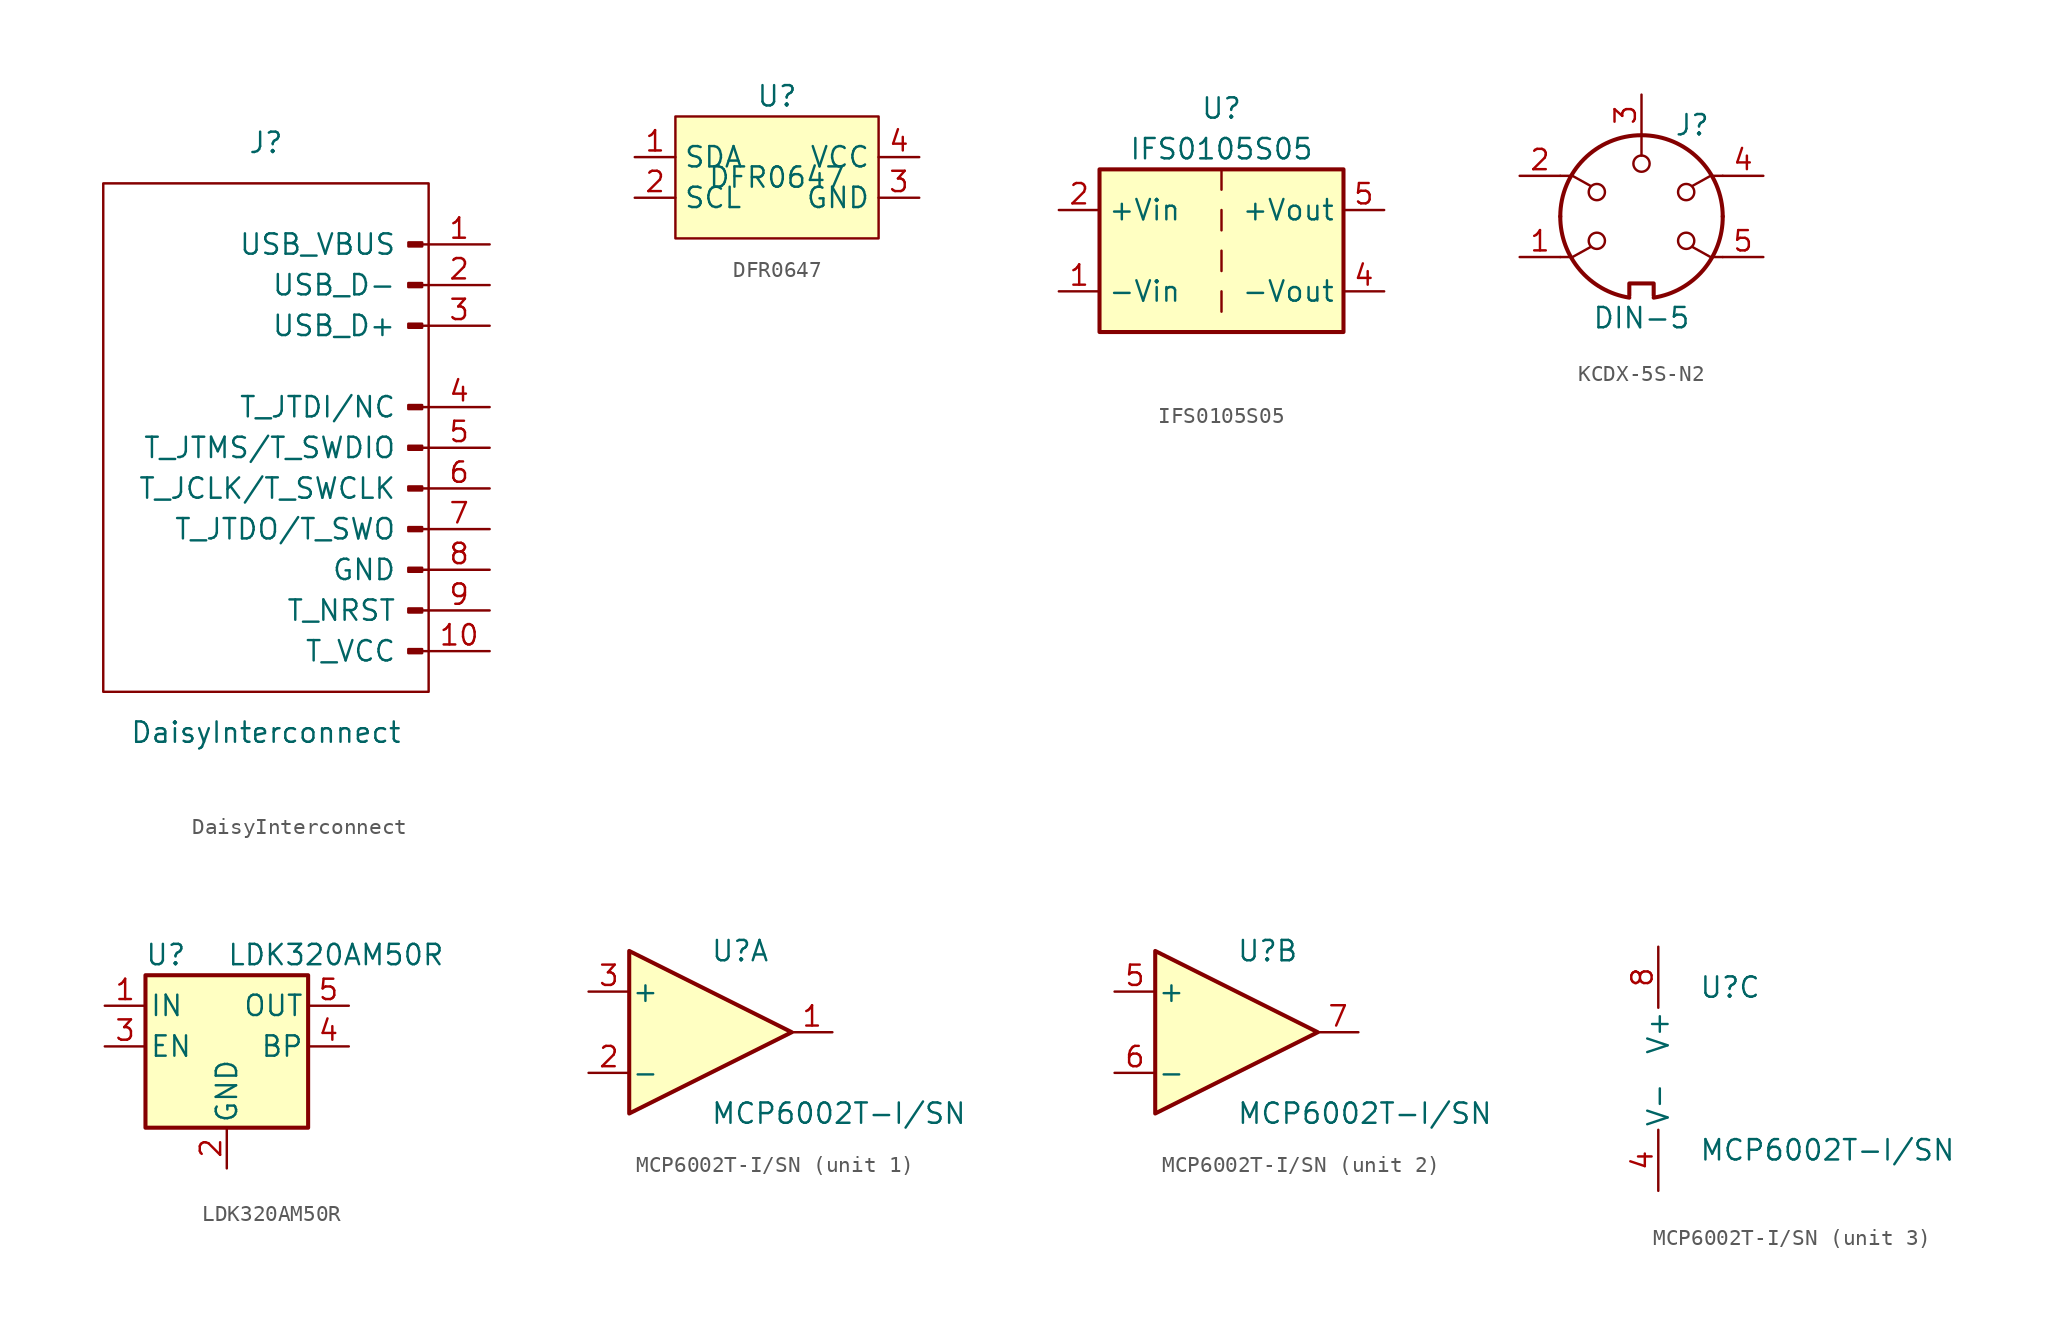
<source format=kicad_sym>
(kicad_symbol_lib
  (version 20220914)
  (generator kicad_symbol_editor)
  (symbol "DaisyInterconnect"
    (pin_names
      (offset 2))
    (property "Reference" "J"
      (at 0 19.05 0)
      (effects (font (size 1.27 1.27))))
    (property "Value" "DaisyInterconnect"
      (at 0 -17.78 0)
      (effects (font (size 1.27 1.27))))
    (symbol "DaisyInterconnect_0_1"
      (rectangle (start -10.16 16.51) (end 10.16 -15.24) (stroke (width 0) (type default)) (fill (type none))))
    (symbol "DaisyInterconnect_1_1"
      (polyline (pts (xy 10.16 -12.7) (xy 9.754 -12.7)) (stroke (width 0.152) (type default)) (fill (type none)))
      (polyline (pts (xy 10.16 -10.16) (xy 9.754 -10.16)) (stroke (width 0.152) (type default)) (fill (type none)))
      (polyline (pts (xy 10.16 -7.62) (xy 9.754 -7.62)) (stroke (width 0.152) (type default)) (fill (type none)))
      (polyline (pts (xy 10.16 -5.08) (xy 9.754 -5.08)) (stroke (width 0.152) (type default)) (fill (type none)))
      (polyline (pts (xy 10.16 -2.54) (xy 9.754 -2.54)) (stroke (width 0.152) (type default)) (fill (type none)))
      (polyline (pts (xy 10.16 0) (xy 9.754 0)) (stroke (width 0.152) (type default)) (fill (type none)))
      (polyline (pts (xy 10.16 2.54) (xy 9.754 2.54)) (stroke (width 0.152) (type default)) (fill (type none)))
      (polyline (pts (xy 10.16 7.62) (xy 9.754 7.62)) (stroke (width 0.152) (type default)) (fill (type none)))
      (polyline (pts (xy 10.16 10.16) (xy 9.754 10.16)) (stroke (width 0.152) (type default)) (fill (type none)))
      (polyline (pts (xy 10.16 12.7) (xy 9.754 12.7)) (stroke (width 0.152) (type default)) (fill (type none)))
      (rectangle (start 8.89 -12.573) (end 9.754 -12.827) (stroke (width 0.152) (type default)) (fill (type outline)))
      (rectangle (start 8.89 10.287) (end 9.754 10.033) (stroke (width 0.152) (type default)) (fill (type outline)))
      (rectangle (start 8.895 12.827) (end 9.759 12.573) (stroke (width 0.152) (type default)) (fill (type outline)))
      (rectangle (start 9.754 -10.033) (end 8.89 -10.287) (stroke (width 0.152) (type default)) (fill (type outline)))
      (rectangle (start 9.754 -7.493) (end 8.89 -7.747) (stroke (width 0.152) (type default)) (fill (type outline)))
      (rectangle (start 9.754 -4.953) (end 8.89 -5.207) (stroke (width 0.152) (type default)) (fill (type outline)))
      (rectangle (start 9.754 -2.413) (end 8.89 -2.667) (stroke (width 0.152) (type default)) (fill (type outline)))
      (rectangle (start 9.754 0.127) (end 8.89 -0.127) (stroke (width 0.152) (type default)) (fill (type outline)))
      (rectangle (start 9.754 2.667) (end 8.89 2.413) (stroke (width 0.152) (type default)) (fill (type outline)))
      (rectangle (start 9.754 7.747) (end 8.89 7.493) (stroke (width 0.152) (type default)) (fill (type outline)))
      (pin power_in line (at 13.97 12.7 180) (length 3.81) (name "USB_VBUS" (effects (font (size 1.27 1.27)))) (number "1" (effects (font (size 1.27 1.27)))))
      (pin power_out line (at 13.97 -12.7 180) (length 3.81) (name "T_VCC" (effects (font (size 1.27 1.27)))) (number "10" (effects (font (size 1.27 1.27)))))
      (pin bidirectional line (at 13.97 10.16 180) (length 3.81) (name "USB_D-" (effects (font (size 1.27 1.27)))) (number "2" (effects (font (size 1.27 1.27)))))
      (pin bidirectional line (at 13.97 7.62 180) (length 3.81) (name "USB_D+" (effects (font (size 1.27 1.27)))) (number "3" (effects (font (size 1.27 1.27)))))
      (pin passive line (at 13.97 2.54 180) (length 3.81) (name "T_JTDI/NC" (effects (font (size 1.27 1.27)))) (number "4" (effects (font (size 1.27 1.27)))))
      (pin passive line (at 13.97 0 180) (length 3.81) (name "T_JTMS/T_SWDIO" (effects (font (size 1.27 1.27)))) (number "5" (effects (font (size 1.27 1.27)))))
      (pin passive line (at 13.97 -2.54 180) (length 3.81) (name "T_JCLK/T_SWCLK" (effects (font (size 1.27 1.27)))) (number "6" (effects (font (size 1.27 1.27)))))
      (pin passive line (at 13.97 -5.08 180) (length 3.81) (name "T_JTDO/T_SWO" (effects (font (size 1.27 1.27)))) (number "7" (effects (font (size 1.27 1.27)))))
      (pin passive line (at 13.97 -7.62 180) (length 3.81) (name "GND" (effects (font (size 1.27 1.27)))) (number "8" (effects (font (size 1.27 1.27)))))
      (pin passive line (at 13.97 -10.16 180) (length 3.81) (name "T_NRST" (effects (font (size 1.27 1.27)))) (number "9" (effects (font (size 1.27 1.27)))))))
  (symbol "DFR0647"
    (property "Reference" "U"
      (at 0 5.08 0)
      (effects (font (size 1.27 1.27))))
    (property "Value" "DFR0647"
      (at 0 0 0)
      (effects (font (size 1.27 1.27))))
    (symbol "DFR0647_0_0"
      (pin bidirectional line (at -8.89 1.27 0) (length 2.54) (name "SDA" (effects (font (size 1.27 1.27)))) (number "1" (effects (font (size 1.27 1.27)))))
      (pin input line (at -8.89 -1.27 0) (length 2.54) (name "SCL" (effects (font (size 1.27 1.27)))) (number "2" (effects (font (size 1.27 1.27)))))
      (pin power_in line (at 8.89 -1.27 180) (length 2.54) (name "GND" (effects (font (size 1.27 1.27)))) (number "3" (effects (font (size 1.27 1.27)))))
      (pin power_in line (at 8.89 1.27 180) (length 2.54) (name "VCC" (effects (font (size 1.27 1.27)))) (number "4" (effects (font (size 1.27 1.27))))))
    (symbol "DFR0647_1_1"
      (rectangle (start -6.35 3.81) (end 6.35 -3.81) (stroke (width 0) (type default)) (fill (type background)))))
  (symbol "IFS0105S05"
    (property "Reference" "U"
      (at 0 8.89 0)
      (effects (font (size 1.27 1.27))))
    (property "Value" "IFS0105S05"
      (at 0 6.35 0)
      (effects (font (size 1.27 1.27))))
    (symbol "IFS0105S05_0_0"
      (pin power_out line (at 10.16 2.54 180) (length 2.54) (name "+Vout" (effects (font (size 1.27 1.27)))) (number "5" (effects (font (size 1.27 1.27))))))
    (symbol "IFS0105S05_0_1"
      (rectangle (start -7.62 5.08) (end 7.62 -5.08) (stroke (width 0.254) (type default)) (fill (type background)))
      (polyline (pts (xy 0 -2.54) (xy 0 -3.81)) (stroke (width 0) (type default)) (fill (type none)))
      (polyline (pts (xy 0 0) (xy 0 -1.27)) (stroke (width 0) (type default)) (fill (type none)))
      (polyline (pts (xy 0 2.54) (xy 0 1.27)) (stroke (width 0) (type default)) (fill (type none)))
      (polyline (pts (xy 0 5.08) (xy 0 3.81)) (stroke (width 0) (type default)) (fill (type none))))
    (symbol "IFS0105S05_1_0"
      (pin passive line (at -10.16 -2.54 0) (length 2.54) (name "-Vin" (effects (font (size 1.27 1.27)))) (number "1" (effects (font (size 1.27 1.27)))))
      (pin no_connect line (at 3.81 -7.62 90) (length 2.54) hide (name "NC" (effects (font (size 1.27 1.27)))) (number "3" (effects (font (size 1.27 1.27)))))
      (pin passive line (at 10.16 -2.54 180) (length 2.54) (name "-Vout" (effects (font (size 1.27 1.27)))) (number "4" (effects (font (size 1.27 1.27)))))
      (pin no_connect line (at -1.27 -7.62 90) (length 2.54) hide (name "NC" (effects (font (size 1.27 1.27)))) (number "6" (effects (font (size 1.27 1.27)))))
      (pin no_connect line (at -3.81 -7.62 90) (length 2.54) hide (name "NC" (effects (font (size 1.27 1.27)))) (number "7" (effects (font (size 1.27 1.27)))))
      (pin no_connect line (at 1.27 -7.62 90) (length 2.54) hide (name "NC" (effects (font (size 1.27 1.27)))) (number "8" (effects (font (size 1.27 1.27))))))
    (symbol "IFS0105S05_1_1"
      (pin power_in line (at -10.16 2.54 0) (length 2.54) (name "+Vin" (effects (font (size 1.27 1.27)))) (number "2" (effects (font (size 1.27 1.27)))))))
  (symbol "KCDX-5S-N2"
    (pin_names
      (offset 1.016))
    (property "Reference" "J"
      (at 3.175 5.715 0)
      (effects (font (size 1.27 1.27))))
    (property "Value" "DIN-5"
      (at 0 -6.35 0)
      (effects (font (size 1.27 1.27))))
    (symbol "KCDX-5S-N2_0_1"
      (arc (start -5.08 0) (mid -3.8609 -3.3364) (end -0.762 -5.08) (stroke (width 0.254) (type default)) (fill (type none)))
      (circle (center -2.794 -1.524) (radius 0.508) (stroke (width 0) (type default)) (fill (type none)))
      (circle (center -2.794 1.524) (radius 0.508) (stroke (width 0) (type default)) (fill (type none)))
      (polyline (pts (xy 0 5.08) (xy 0 3.81)) (stroke (width 0) (type default)) (fill (type none)))
      (polyline (pts (xy -5.08 -2.54) (xy -4.318 -2.54) (xy -3.175 -1.905)) (stroke (width 0) (type default)) (fill (type none)))
      (polyline (pts (xy -5.08 2.54) (xy -4.318 2.54) (xy -3.175 1.905)) (stroke (width 0) (type default)) (fill (type none)))
      (polyline (pts (xy 5.08 -2.54) (xy 4.318 -2.54) (xy 3.175 -1.905)) (stroke (width 0) (type default)) (fill (type none)))
      (polyline (pts (xy 5.08 2.54) (xy 4.318 2.54) (xy 3.175 1.905)) (stroke (width 0) (type default)) (fill (type none)))
      (polyline (pts (xy -0.762 -4.953) (xy -0.762 -4.191) (xy 0.762 -4.191) (xy 0.762 -4.953)) (stroke (width 0.254) (type default)) (fill (type none)))
      (circle (center 0 3.302) (radius 0.508) (stroke (width 0) (type default)) (fill (type none)))
      (arc (start 0.762 -5.08) (mid 3.8685 -3.343) (end 5.08 0) (stroke (width 0.254) (type default)) (fill (type none)))
      (circle (center 2.794 -1.524) (radius 0.508) (stroke (width 0) (type default)) (fill (type none)))
      (circle (center 2.794 1.524) (radius 0.508) (stroke (width 0) (type default)) (fill (type none)))
      (arc (start 5.08 0) (mid 0 5.0579) (end -5.08 0) (stroke (width 0.254) (type default)) (fill (type none))))
    (symbol "KCDX-5S-N2_1_1"
      (pin passive line (at -7.62 -2.54 0) (length 2.54) (name "~" (effects (font (size 1.27 1.27)))) (number "1" (effects (font (size 1.27 1.27)))))
      (pin passive line (at -7.62 2.54 0) (length 2.54) (name "~" (effects (font (size 1.27 1.27)))) (number "2" (effects (font (size 1.27 1.27)))))
      (pin passive line (at 0 7.62 270) (length 2.54) (name "~" (effects (font (size 1.27 1.27)))) (number "3" (effects (font (size 1.27 1.27)))))
      (pin passive line (at 7.62 2.54 180) (length 2.54) (name "~" (effects (font (size 1.27 1.27)))) (number "4" (effects (font (size 1.27 1.27)))))
      (pin passive line (at 7.62 -2.54 180) (length 2.54) (name "~" (effects (font (size 1.27 1.27)))) (number "5" (effects (font (size 1.27 1.27)))))))
  (symbol "LDK320AM50R"
    (pin_names
      (offset 0.254))
    (property "Reference" "U"
      (at -3.81 5.715 0)
      (effects (font (size 1.27 1.27))))
    (property "Value" "LDK320AM50R"
      (at 0 5.715 0)
      (effects (font (size 1.27 1.27)) (justify left)))
    (symbol "LDK320AM50R_0_1"
      (rectangle (start -5.08 4.445) (end 5.08 -5.08) (stroke (width 0.254) (type default)) (fill (type background))))
    (symbol "LDK320AM50R_1_1"
      (pin power_in line (at -7.62 2.54 0) (length 2.54) (name "IN" (effects (font (size 1.27 1.27)))) (number "1" (effects (font (size 1.27 1.27)))))
      (pin power_in line (at 0 -7.62 90) (length 2.54) (name "GND" (effects (font (size 1.27 1.27)))) (number "2" (effects (font (size 1.27 1.27)))))
      (pin input line (at -7.62 0 0) (length 2.54) (name "EN" (effects (font (size 1.27 1.27)))) (number "3" (effects (font (size 1.27 1.27)))))
      (pin passive line (at 7.62 0 180) (length 2.54) (name "BP" (effects (font (size 1.27 1.27)))) (number "4" (effects (font (size 1.27 1.27)))))
      (pin power_out line (at 7.62 2.54 180) (length 2.54) (name "OUT" (effects (font (size 1.27 1.27)))) (number "5" (effects (font (size 1.27 1.27)))))))
  (symbol "MCP6002T-I/SN"
    (pin_names
      (offset 0.127))
    (property "Reference" "U"
      (at 0 5.08 0)
      (effects (font (size 1.27 1.27)) (justify left)))
    (property "Value" "MCP6002T-I/SN"
      (at 0 -5.08 0)
      (effects (font (size 1.27 1.27)) (justify left)))
    (property "ki_locked" ""
      (at 0 0 0)
      (effects (font (size 1.27 1.27))))
    (symbol "MCP6002T-I/SN_1_1"
      (polyline (pts (xy -5.08 5.08) (xy 5.08 0) (xy -5.08 -5.08) (xy -5.08 5.08)) (stroke (width 0.254) (type default)) (fill (type background)))
      (pin output line (at 7.62 0 180) (length 2.54) (name "~" (effects (font (size 1.27 1.27)))) (number "1" (effects (font (size 1.27 1.27)))))
      (pin input line (at -7.62 -2.54 0) (length 2.54) (name "-" (effects (font (size 1.27 1.27)))) (number "2" (effects (font (size 1.27 1.27)))))
      (pin input line (at -7.62 2.54 0) (length 2.54) (name "+" (effects (font (size 1.27 1.27)))) (number "3" (effects (font (size 1.27 1.27))))))
    (symbol "MCP6002T-I/SN_2_1"
      (polyline (pts (xy -5.08 5.08) (xy 5.08 0) (xy -5.08 -5.08) (xy -5.08 5.08)) (stroke (width 0.254) (type default)) (fill (type background)))
      (pin input line (at -7.62 2.54 0) (length 2.54) (name "+" (effects (font (size 1.27 1.27)))) (number "5" (effects (font (size 1.27 1.27)))))
      (pin input line (at -7.62 -2.54 0) (length 2.54) (name "-" (effects (font (size 1.27 1.27)))) (number "6" (effects (font (size 1.27 1.27)))))
      (pin output line (at 7.62 0 180) (length 2.54) (name "~" (effects (font (size 1.27 1.27)))) (number "7" (effects (font (size 1.27 1.27))))))
    (symbol "MCP6002T-I/SN_3_1"
      (pin power_in line (at -2.54 -7.62 90) (length 3.81) (name "V-" (effects (font (size 1.27 1.27)))) (number "4" (effects (font (size 1.27 1.27)))))
      (pin power_in line (at -2.54 7.62 270) (length 3.81) (name "V+" (effects (font (size 1.27 1.27)))) (number "8" (effects (font (size 1.27 1.27))))))))
</source>
